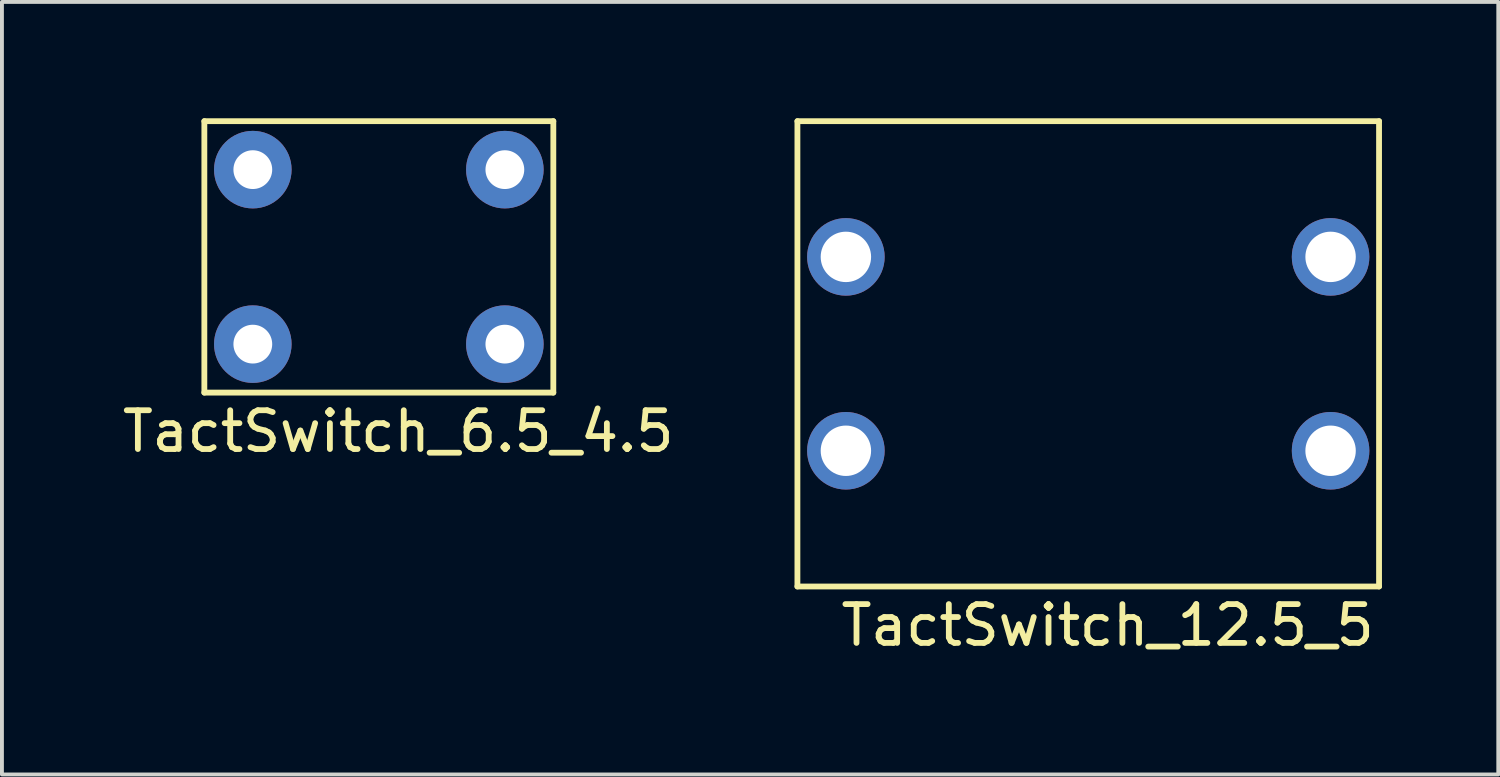
<source format=kicad_pcb>
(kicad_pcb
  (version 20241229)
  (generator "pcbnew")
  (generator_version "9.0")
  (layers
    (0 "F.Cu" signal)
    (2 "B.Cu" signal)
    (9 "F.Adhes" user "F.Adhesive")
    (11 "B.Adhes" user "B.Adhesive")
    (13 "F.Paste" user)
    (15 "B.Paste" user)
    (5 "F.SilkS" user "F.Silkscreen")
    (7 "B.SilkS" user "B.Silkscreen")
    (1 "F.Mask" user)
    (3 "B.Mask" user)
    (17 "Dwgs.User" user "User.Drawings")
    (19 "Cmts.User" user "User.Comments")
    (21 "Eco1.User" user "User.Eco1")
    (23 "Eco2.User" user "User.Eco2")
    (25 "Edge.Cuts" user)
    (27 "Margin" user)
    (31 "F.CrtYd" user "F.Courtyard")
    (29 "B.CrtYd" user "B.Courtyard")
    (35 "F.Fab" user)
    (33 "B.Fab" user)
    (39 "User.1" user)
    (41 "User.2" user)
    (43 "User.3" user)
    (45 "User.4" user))
  (footprint "TactSwitch_6.5_4.5"
    (layer "F.Cu")
    (at 6.72 3.575)
    (property "Reference" "TactSwitch_6.5_4.5" (at 0.5 4.5 0) (layer "F.SilkS") (effects (font (size 1 1) (thickness 0.15))))
    (attr through_hole)
    (fp_line (start -4.5 -3.5) (end 4.5 -3.5) (stroke (width 0.15) (type solid)) (layer "F.SilkS"))
    (fp_line (start -4.5 3.5) (end -4.5 -3.5) (stroke (width 0.15) (type solid)) (layer "F.SilkS"))
    (fp_line (start 4.5 -3.5) (end 4.5 3.5) (stroke (width 0.15) (type solid)) (layer "F.SilkS"))
    (fp_line (start 4.5 3.5) (end -4.5 3.5) (stroke (width 0.15) (type solid)) (layer "F.SilkS"))
    (pad "1" thru_hole circle (at -3.25 -2.25) (size 2 2) (drill 1) (layers "*.Cu" "*.Mask"))
    (pad "1" thru_hole circle (at 3.25 -2.25) (size 2 2) (drill 1) (layers "*.Cu" "*.Mask"))
    (pad "2" thru_hole circle (at -3.25 2.25) (size 2 2) (drill 1) (layers "*.Cu" "*.Mask"))
    (pad "2" thru_hole circle (at 3.25 2.25) (size 2 2) (drill 1) (layers "*.Cu" "*.Mask")))
  (footprint "TactSwitch_12.5_5"
    (layer "F.Cu")
    (at 25.015 6.075)
    (property "Reference" "TactSwitch_12.5_5" (at 0.5 7 0) (layer "F.SilkS") (effects (font (size 1 1) (thickness 0.15))))
    (attr through_hole)
    (fp_line (start -7.5 -6) (end 7.5 -6) (stroke (width 0.15) (type solid)) (layer "F.SilkS"))
    (fp_line (start -7.5 6) (end -7.5 -6) (stroke (width 0.15) (type solid)) (layer "F.SilkS"))
    (fp_line (start 7.5 -6) (end 7.5 6) (stroke (width 0.15) (type solid)) (layer "F.SilkS"))
    (fp_line (start 7.5 6) (end -7.5 6) (stroke (width 0.15) (type solid)) (layer "F.SilkS"))
    (pad "1" thru_hole circle (at -6.25 -2.5) (size 2 2) (drill 1.3) (layers "*.Cu" "*.Mask"))
    (pad "2" thru_hole circle (at 6.25 -2.5) (size 2 2) (drill 1.3) (layers "*.Cu" "*.Mask"))
    (pad "3" thru_hole circle (at -6.25 2.5) (size 2 2) (drill 1.3) (layers "*.Cu" "*.Mask"))
    (pad "4" thru_hole circle (at 6.25 2.5) (size 2 2) (drill 1.3) (layers "*.Cu" "*.Mask")))
  (gr_rect
    (start -3 -3)
    (end 35.59 16.923)
    (stroke (width 0.1) (type default))
    (fill no)
    (layer "Edge.Cuts")))
</source>
